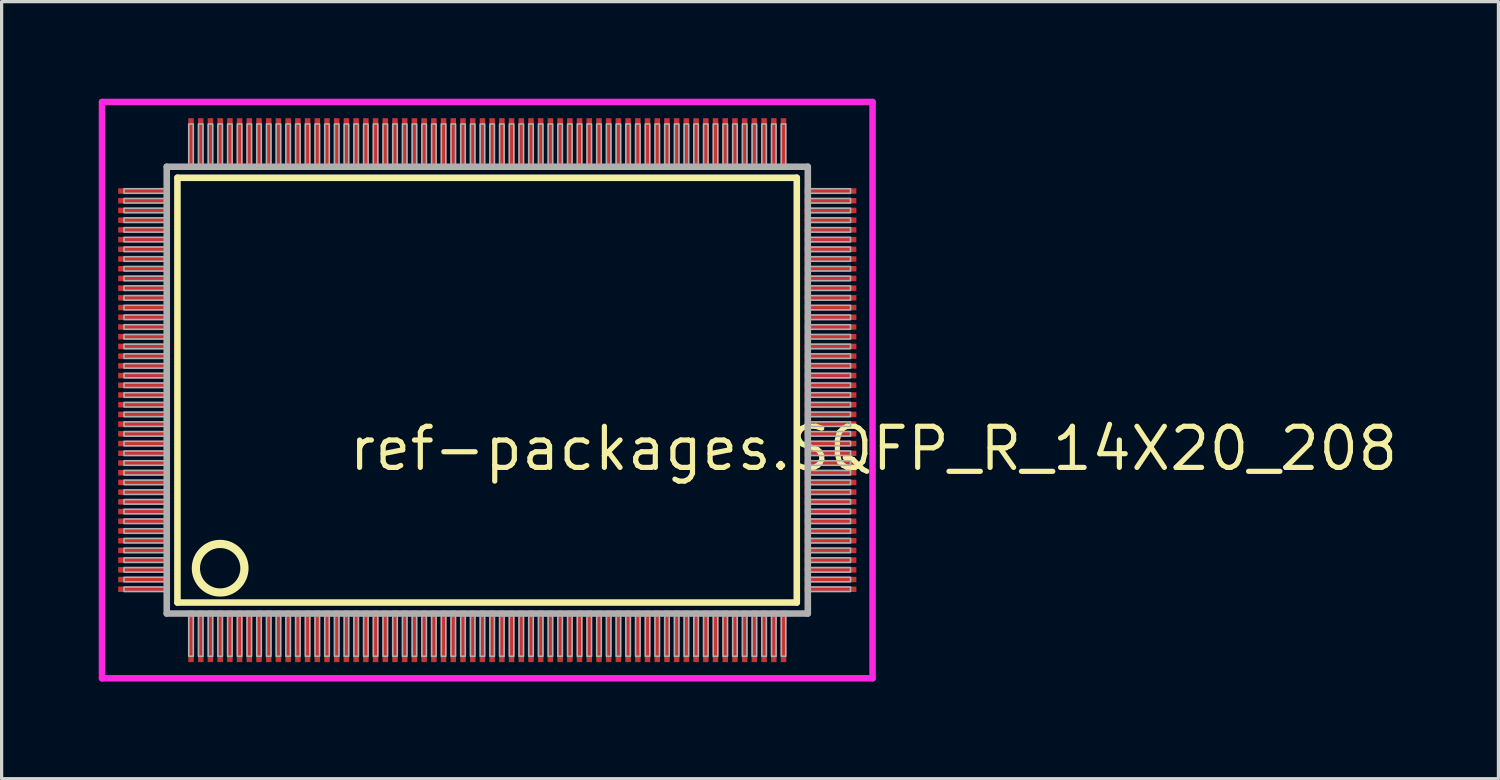
<source format=kicad_pcb>
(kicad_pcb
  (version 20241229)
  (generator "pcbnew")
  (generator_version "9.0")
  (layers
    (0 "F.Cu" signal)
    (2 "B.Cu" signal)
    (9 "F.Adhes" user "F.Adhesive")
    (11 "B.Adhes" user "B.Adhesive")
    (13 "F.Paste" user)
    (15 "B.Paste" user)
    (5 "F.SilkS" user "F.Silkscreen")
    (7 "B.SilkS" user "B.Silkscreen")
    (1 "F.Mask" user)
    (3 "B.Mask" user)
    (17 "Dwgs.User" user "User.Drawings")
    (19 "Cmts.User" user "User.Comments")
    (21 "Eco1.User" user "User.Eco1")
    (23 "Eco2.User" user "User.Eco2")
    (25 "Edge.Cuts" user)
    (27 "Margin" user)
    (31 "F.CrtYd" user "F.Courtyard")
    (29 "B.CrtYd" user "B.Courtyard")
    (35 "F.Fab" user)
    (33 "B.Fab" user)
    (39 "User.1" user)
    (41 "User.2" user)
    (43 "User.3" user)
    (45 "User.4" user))
  (footprint "ref-packages.SQFP_R_14X20_208"
    (layer "F.Cu")
    (at 12 9)
    (property "Reference" "ref-packages.SQFP_R_14X20_208" (at -4.35 2.55 0) (layer "F.SilkS") (effects (font (size 1.27 1.27) (thickness 0.16)) (justify left bottom)))
    (attr smd)
    (fp_line (start -9.57 -6.56) (end 9.56 -6.56) (stroke (width 0.203) (type default)) (layer "F.SilkS"))
    (fp_line (start -9.57 6.56) (end -9.57 -6.56) (stroke (width 0.203) (type default)) (layer "F.SilkS"))
    (fp_line (start 9.56 -6.56) (end 9.56 6.56) (stroke (width 0.203) (type default)) (layer "F.SilkS"))
    (fp_line (start 9.56 6.56) (end -9.57 6.56) (stroke (width 0.203) (type default)) (layer "F.SilkS"))
    (fp_circle (center -8.25 5.5) (end -7.5 5.5) (stroke (width 0.254) (type default)) (fill no) (layer "F.SilkS"))
    (fp_line (start -11.9 -8.9) (end 11.9 -8.9) (stroke (width 0.2) (type default)) (layer "F.CrtYd"))
    (fp_line (start -11.9 8.9) (end -11.9 -8.9) (stroke (width 0.2) (type default)) (layer "F.CrtYd"))
    (fp_line (start 11.9 -8.9) (end 11.9 8.9) (stroke (width 0.2) (type default)) (layer "F.CrtYd"))
    (fp_line (start 11.9 8.9) (end -11.9 8.9) (stroke (width 0.2) (type default)) (layer "F.CrtYd"))
    (fp_line (start -9.9 -6.9) (end -9.9 6.9) (stroke (width 0.203) (type default)) (layer "F.Fab"))
    (fp_line (start -9.9 6.9) (end 9.9 6.9) (stroke (width 0.203) (type default)) (layer "F.Fab"))
    (fp_line (start 9.9 -6.9) (end -9.9 -6.9) (stroke (width 0.203) (type default)) (layer "F.Fab"))
    (fp_line (start 9.9 6.9) (end 9.9 -6.9) (stroke (width 0.203) (type default)) (layer "F.Fab"))
    (fp_rect (start -11.22 -6.08) (end -9.95 -6.22) (stroke (width 0.05) (type default)) (fill no) (layer "F.Fab"))
    (fp_rect (start -11.22 -5.78) (end -9.95 -5.92) (stroke (width 0.05) (type default)) (fill no) (layer "F.Fab"))
    (fp_rect (start -11.22 -5.48) (end -9.95 -5.62) (stroke (width 0.05) (type default)) (fill no) (layer "F.Fab"))
    (fp_rect (start -11.22 -5.18) (end -9.95 -5.32) (stroke (width 0.05) (type default)) (fill no) (layer "F.Fab"))
    (fp_rect (start -11.22 -4.88) (end -9.95 -5.02) (stroke (width 0.05) (type default)) (fill no) (layer "F.Fab"))
    (fp_rect (start -11.22 -4.58) (end -9.95 -4.72) (stroke (width 0.05) (type default)) (fill no) (layer "F.Fab"))
    (fp_rect (start -11.22 -4.28) (end -9.95 -4.42) (stroke (width 0.05) (type default)) (fill no) (layer "F.Fab"))
    (fp_rect (start -11.22 -3.98) (end -9.95 -4.12) (stroke (width 0.05) (type default)) (fill no) (layer "F.Fab"))
    (fp_rect (start -11.22 -3.68) (end -9.95 -3.82) (stroke (width 0.05) (type default)) (fill no) (layer "F.Fab"))
    (fp_rect (start -11.22 -3.38) (end -9.95 -3.52) (stroke (width 0.05) (type default)) (fill no) (layer "F.Fab"))
    (fp_rect (start -11.22 -3.08) (end -9.95 -3.22) (stroke (width 0.05) (type default)) (fill no) (layer "F.Fab"))
    (fp_rect (start -11.22 -2.78) (end -9.95 -2.92) (stroke (width 0.05) (type default)) (fill no) (layer "F.Fab"))
    (fp_rect (start -11.22 -2.48) (end -9.95 -2.62) (stroke (width 0.05) (type default)) (fill no) (layer "F.Fab"))
    (fp_rect (start -11.22 -2.18) (end -9.95 -2.32) (stroke (width 0.05) (type default)) (fill no) (layer "F.Fab"))
    (fp_rect (start -11.22 -1.88) (end -9.95 -2.02) (stroke (width 0.05) (type default)) (fill no) (layer "F.Fab"))
    (fp_rect (start -11.22 -1.58) (end -9.95 -1.72) (stroke (width 0.05) (type default)) (fill no) (layer "F.Fab"))
    (fp_rect (start -11.22 -1.28) (end -9.95 -1.42) (stroke (width 0.05) (type default)) (fill no) (layer "F.Fab"))
    (fp_rect (start -11.22 -0.98) (end -9.95 -1.12) (stroke (width 0.05) (type default)) (fill no) (layer "F.Fab"))
    (fp_rect (start -11.22 -0.68) (end -9.95 -0.82) (stroke (width 0.05) (type default)) (fill no) (layer "F.Fab"))
    (fp_rect (start -11.22 -0.38) (end -9.95 -0.52) (stroke (width 0.05) (type default)) (fill no) (layer "F.Fab"))
    (fp_rect (start -11.22 -0.08) (end -9.95 -0.22) (stroke (width 0.05) (type default)) (fill no) (layer "F.Fab"))
    (fp_rect (start -11.22 0.22) (end -9.95 0.08) (stroke (width 0.05) (type default)) (fill no) (layer "F.Fab"))
    (fp_rect (start -11.22 0.52) (end -9.95 0.38) (stroke (width 0.05) (type default)) (fill no) (layer "F.Fab"))
    (fp_rect (start -11.22 0.82) (end -9.95 0.68) (stroke (width 0.05) (type default)) (fill no) (layer "F.Fab"))
    (fp_rect (start -11.22 1.12) (end -9.95 0.98) (stroke (width 0.05) (type default)) (fill no) (layer "F.Fab"))
    (fp_rect (start -11.22 1.42) (end -9.95 1.28) (stroke (width 0.05) (type default)) (fill no) (layer "F.Fab"))
    (fp_rect (start -11.22 1.72) (end -9.95 1.58) (stroke (width 0.05) (type default)) (fill no) (layer "F.Fab"))
    (fp_rect (start -11.22 2.02) (end -9.95 1.88) (stroke (width 0.05) (type default)) (fill no) (layer "F.Fab"))
    (fp_rect (start -11.22 2.32) (end -9.95 2.18) (stroke (width 0.05) (type default)) (fill no) (layer "F.Fab"))
    (fp_rect (start -11.22 2.62) (end -9.95 2.48) (stroke (width 0.05) (type default)) (fill no) (layer "F.Fab"))
    (fp_rect (start -11.22 2.92) (end -9.95 2.78) (stroke (width 0.05) (type default)) (fill no) (layer "F.Fab"))
    (fp_rect (start -11.22 3.22) (end -9.95 3.08) (stroke (width 0.05) (type default)) (fill no) (layer "F.Fab"))
    (fp_rect (start -11.22 3.52) (end -9.95 3.38) (stroke (width 0.05) (type default)) (fill no) (layer "F.Fab"))
    (fp_rect (start -11.22 3.82) (end -9.95 3.68) (stroke (width 0.05) (type default)) (fill no) (layer "F.Fab"))
    (fp_rect (start -11.22 4.12) (end -9.95 3.98) (stroke (width 0.05) (type default)) (fill no) (layer "F.Fab"))
    (fp_rect (start -11.22 4.42) (end -9.95 4.28) (stroke (width 0.05) (type default)) (fill no) (layer "F.Fab"))
    (fp_rect (start -11.22 4.72) (end -9.95 4.58) (stroke (width 0.05) (type default)) (fill no) (layer "F.Fab"))
    (fp_rect (start -11.22 5.02) (end -9.95 4.88) (stroke (width 0.05) (type default)) (fill no) (layer "F.Fab"))
    (fp_rect (start -11.22 5.32) (end -9.95 5.18) (stroke (width 0.05) (type default)) (fill no) (layer "F.Fab"))
    (fp_rect (start -11.22 5.62) (end -9.95 5.48) (stroke (width 0.05) (type default)) (fill no) (layer "F.Fab"))
    (fp_rect (start -11.22 5.92) (end -9.95 5.78) (stroke (width 0.05) (type default)) (fill no) (layer "F.Fab"))
    (fp_rect (start -11.22 6.22) (end -9.95 6.08) (stroke (width 0.05) (type default)) (fill no) (layer "F.Fab"))
    (fp_rect (start -9.22 -6.95) (end -9.08 -8.22) (stroke (width 0.05) (type default)) (fill no) (layer "F.Fab"))
    (fp_rect (start -9.22 8.22) (end -9.08 6.95) (stroke (width 0.05) (type default)) (fill no) (layer "F.Fab"))
    (fp_rect (start -8.92 -6.95) (end -8.78 -8.22) (stroke (width 0.05) (type default)) (fill no) (layer "F.Fab"))
    (fp_rect (start -8.92 8.22) (end -8.78 6.95) (stroke (width 0.05) (type default)) (fill no) (layer "F.Fab"))
    (fp_rect (start -8.62 -6.95) (end -8.48 -8.22) (stroke (width 0.05) (type default)) (fill no) (layer "F.Fab"))
    (fp_rect (start -8.62 8.22) (end -8.48 6.95) (stroke (width 0.05) (type default)) (fill no) (layer "F.Fab"))
    (fp_rect (start -8.32 -6.95) (end -8.18 -8.22) (stroke (width 0.05) (type default)) (fill no) (layer "F.Fab"))
    (fp_rect (start -8.32 8.22) (end -8.18 6.95) (stroke (width 0.05) (type default)) (fill no) (layer "F.Fab"))
    (fp_rect (start -8.02 -6.95) (end -7.88 -8.22) (stroke (width 0.05) (type default)) (fill no) (layer "F.Fab"))
    (fp_rect (start -8.02 8.22) (end -7.88 6.95) (stroke (width 0.05) (type default)) (fill no) (layer "F.Fab"))
    (fp_rect (start -7.72 -6.95) (end -7.58 -8.22) (stroke (width 0.05) (type default)) (fill no) (layer "F.Fab"))
    (fp_rect (start -7.72 8.22) (end -7.58 6.95) (stroke (width 0.05) (type default)) (fill no) (layer "F.Fab"))
    (fp_rect (start -7.42 -6.95) (end -7.28 -8.22) (stroke (width 0.05) (type default)) (fill no) (layer "F.Fab"))
    (fp_rect (start -7.42 8.22) (end -7.28 6.95) (stroke (width 0.05) (type default)) (fill no) (layer "F.Fab"))
    (fp_rect (start -7.12 -6.95) (end -6.98 -8.22) (stroke (width 0.05) (type default)) (fill no) (layer "F.Fab"))
    (fp_rect (start -7.12 8.22) (end -6.98 6.95) (stroke (width 0.05) (type default)) (fill no) (layer "F.Fab"))
    (fp_rect (start -6.82 -6.95) (end -6.68 -8.22) (stroke (width 0.05) (type default)) (fill no) (layer "F.Fab"))
    (fp_rect (start -6.82 8.22) (end -6.68 6.95) (stroke (width 0.05) (type default)) (fill no) (layer "F.Fab"))
    (fp_rect (start -6.52 -6.95) (end -6.38 -8.22) (stroke (width 0.05) (type default)) (fill no) (layer "F.Fab"))
    (fp_rect (start -6.52 8.22) (end -6.38 6.95) (stroke (width 0.05) (type default)) (fill no) (layer "F.Fab"))
    (fp_rect (start -6.22 -6.95) (end -6.08 -8.22) (stroke (width 0.05) (type default)) (fill no) (layer "F.Fab"))
    (fp_rect (start -6.22 8.22) (end -6.08 6.95) (stroke (width 0.05) (type default)) (fill no) (layer "F.Fab"))
    (fp_rect (start -5.92 -6.95) (end -5.78 -8.22) (stroke (width 0.05) (type default)) (fill no) (layer "F.Fab"))
    (fp_rect (start -5.92 8.22) (end -5.78 6.95) (stroke (width 0.05) (type default)) (fill no) (layer "F.Fab"))
    (fp_rect (start -5.62 -6.95) (end -5.48 -8.22) (stroke (width 0.05) (type default)) (fill no) (layer "F.Fab"))
    (fp_rect (start -5.62 8.22) (end -5.48 6.95) (stroke (width 0.05) (type default)) (fill no) (layer "F.Fab"))
    (fp_rect (start -5.32 -6.95) (end -5.18 -8.22) (stroke (width 0.05) (type default)) (fill no) (layer "F.Fab"))
    (fp_rect (start -5.32 8.22) (end -5.18 6.95) (stroke (width 0.05) (type default)) (fill no) (layer "F.Fab"))
    (fp_rect (start -5.02 -6.95) (end -4.88 -8.22) (stroke (width 0.05) (type default)) (fill no) (layer "F.Fab"))
    (fp_rect (start -5.02 8.22) (end -4.88 6.95) (stroke (width 0.05) (type default)) (fill no) (layer "F.Fab"))
    (fp_rect (start -4.72 -6.95) (end -4.58 -8.22) (stroke (width 0.05) (type default)) (fill no) (layer "F.Fab"))
    (fp_rect (start -4.72 8.22) (end -4.58 6.95) (stroke (width 0.05) (type default)) (fill no) (layer "F.Fab"))
    (fp_rect (start -4.42 -6.95) (end -4.28 -8.22) (stroke (width 0.05) (type default)) (fill no) (layer "F.Fab"))
    (fp_rect (start -4.42 8.22) (end -4.28 6.95) (stroke (width 0.05) (type default)) (fill no) (layer "F.Fab"))
    (fp_rect (start -4.12 -6.95) (end -3.98 -8.22) (stroke (width 0.05) (type default)) (fill no) (layer "F.Fab"))
    (fp_rect (start -4.12 8.22) (end -3.98 6.95) (stroke (width 0.05) (type default)) (fill no) (layer "F.Fab"))
    (fp_rect (start -3.82 -6.95) (end -3.68 -8.22) (stroke (width 0.05) (type default)) (fill no) (layer "F.Fab"))
    (fp_rect (start -3.82 8.22) (end -3.68 6.95) (stroke (width 0.05) (type default)) (fill no) (layer "F.Fab"))
    (fp_rect (start -3.52 -6.95) (end -3.38 -8.22) (stroke (width 0.05) (type default)) (fill no) (layer "F.Fab"))
    (fp_rect (start -3.52 8.22) (end -3.38 6.95) (stroke (width 0.05) (type default)) (fill no) (layer "F.Fab"))
    (fp_rect (start -3.22 -6.95) (end -3.08 -8.22) (stroke (width 0.05) (type default)) (fill no) (layer "F.Fab"))
    (fp_rect (start -3.22 8.22) (end -3.08 6.95) (stroke (width 0.05) (type default)) (fill no) (layer "F.Fab"))
    (fp_rect (start -2.92 -6.95) (end -2.78 -8.22) (stroke (width 0.05) (type default)) (fill no) (layer "F.Fab"))
    (fp_rect (start -2.92 8.22) (end -2.78 6.95) (stroke (width 0.05) (type default)) (fill no) (layer "F.Fab"))
    (fp_rect (start -2.62 -6.95) (end -2.48 -8.22) (stroke (width 0.05) (type default)) (fill no) (layer "F.Fab"))
    (fp_rect (start -2.62 8.22) (end -2.48 6.95) (stroke (width 0.05) (type default)) (fill no) (layer "F.Fab"))
    (fp_rect (start -2.32 -6.95) (end -2.18 -8.22) (stroke (width 0.05) (type default)) (fill no) (layer "F.Fab"))
    (fp_rect (start -2.32 8.22) (end -2.18 6.95) (stroke (width 0.05) (type default)) (fill no) (layer "F.Fab"))
    (fp_rect (start -2.02 -6.95) (end -1.88 -8.22) (stroke (width 0.05) (type default)) (fill no) (layer "F.Fab"))
    (fp_rect (start -2.02 8.22) (end -1.88 6.95) (stroke (width 0.05) (type default)) (fill no) (layer "F.Fab"))
    (fp_rect (start -1.72 -6.95) (end -1.58 -8.22) (stroke (width 0.05) (type default)) (fill no) (layer "F.Fab"))
    (fp_rect (start -1.72 8.22) (end -1.58 6.95) (stroke (width 0.05) (type default)) (fill no) (layer "F.Fab"))
    (fp_rect (start -1.42 -6.95) (end -1.28 -8.22) (stroke (width 0.05) (type default)) (fill no) (layer "F.Fab"))
    (fp_rect (start -1.42 8.22) (end -1.28 6.95) (stroke (width 0.05) (type default)) (fill no) (layer "F.Fab"))
    (fp_rect (start -1.12 -6.95) (end -0.98 -8.22) (stroke (width 0.05) (type default)) (fill no) (layer "F.Fab"))
    (fp_rect (start -1.12 8.22) (end -0.98 6.95) (stroke (width 0.05) (type default)) (fill no) (layer "F.Fab"))
    (fp_rect (start -0.82 -6.95) (end -0.68 -8.22) (stroke (width 0.05) (type default)) (fill no) (layer "F.Fab"))
    (fp_rect (start -0.82 8.22) (end -0.68 6.95) (stroke (width 0.05) (type default)) (fill no) (layer "F.Fab"))
    (fp_rect (start -0.52 -6.95) (end -0.38 -8.22) (stroke (width 0.05) (type default)) (fill no) (layer "F.Fab"))
    (fp_rect (start -0.52 8.22) (end -0.38 6.95) (stroke (width 0.05) (type default)) (fill no) (layer "F.Fab"))
    (fp_rect (start -0.22 -6.95) (end -0.08 -8.22) (stroke (width 0.05) (type default)) (fill no) (layer "F.Fab"))
    (fp_rect (start -0.22 8.22) (end -0.08 6.95) (stroke (width 0.05) (type default)) (fill no) (layer "F.Fab"))
    (fp_rect (start 0.08 -6.95) (end 0.22 -8.22) (stroke (width 0.05) (type default)) (fill no) (layer "F.Fab"))
    (fp_rect (start 0.08 8.22) (end 0.22 6.95) (stroke (width 0.05) (type default)) (fill no) (layer "F.Fab"))
    (fp_rect (start 0.38 -6.95) (end 0.52 -8.22) (stroke (width 0.05) (type default)) (fill no) (layer "F.Fab"))
    (fp_rect (start 0.38 8.22) (end 0.52 6.95) (stroke (width 0.05) (type default)) (fill no) (layer "F.Fab"))
    (fp_rect (start 0.68 -6.95) (end 0.82 -8.22) (stroke (width 0.05) (type default)) (fill no) (layer "F.Fab"))
    (fp_rect (start 0.68 8.22) (end 0.82 6.95) (stroke (width 0.05) (type default)) (fill no) (layer "F.Fab"))
    (fp_rect (start 0.98 -6.95) (end 1.12 -8.22) (stroke (width 0.05) (type default)) (fill no) (layer "F.Fab"))
    (fp_rect (start 0.98 8.22) (end 1.12 6.95) (stroke (width 0.05) (type default)) (fill no) (layer "F.Fab"))
    (fp_rect (start 1.28 -6.95) (end 1.42 -8.22) (stroke (width 0.05) (type default)) (fill no) (layer "F.Fab"))
    (fp_rect (start 1.28 8.22) (end 1.42 6.95) (stroke (width 0.05) (type default)) (fill no) (layer "F.Fab"))
    (fp_rect (start 1.58 -6.95) (end 1.72 -8.22) (stroke (width 0.05) (type default)) (fill no) (layer "F.Fab"))
    (fp_rect (start 1.58 8.22) (end 1.72 6.95) (stroke (width 0.05) (type default)) (fill no) (layer "F.Fab"))
    (fp_rect (start 1.88 -6.95) (end 2.02 -8.22) (stroke (width 0.05) (type default)) (fill no) (layer "F.Fab"))
    (fp_rect (start 1.88 8.22) (end 2.02 6.95) (stroke (width 0.05) (type default)) (fill no) (layer "F.Fab"))
    (fp_rect (start 2.18 -6.95) (end 2.32 -8.22) (stroke (width 0.05) (type default)) (fill no) (layer "F.Fab"))
    (fp_rect (start 2.18 8.22) (end 2.32 6.95) (stroke (width 0.05) (type default)) (fill no) (layer "F.Fab"))
    (fp_rect (start 2.48 -6.95) (end 2.62 -8.22) (stroke (width 0.05) (type default)) (fill no) (layer "F.Fab"))
    (fp_rect (start 2.48 8.22) (end 2.62 6.95) (stroke (width 0.05) (type default)) (fill no) (layer "F.Fab"))
    (fp_rect (start 2.78 -6.95) (end 2.92 -8.22) (stroke (width 0.05) (type default)) (fill no) (layer "F.Fab"))
    (fp_rect (start 2.78 8.22) (end 2.92 6.95) (stroke (width 0.05) (type default)) (fill no) (layer "F.Fab"))
    (fp_rect (start 3.08 -6.95) (end 3.22 -8.22) (stroke (width 0.05) (type default)) (fill no) (layer "F.Fab"))
    (fp_rect (start 3.08 8.22) (end 3.22 6.95) (stroke (width 0.05) (type default)) (fill no) (layer "F.Fab"))
    (fp_rect (start 3.38 -6.95) (end 3.52 -8.22) (stroke (width 0.05) (type default)) (fill no) (layer "F.Fab"))
    (fp_rect (start 3.38 8.22) (end 3.52 6.95) (stroke (width 0.05) (type default)) (fill no) (layer "F.Fab"))
    (fp_rect (start 3.68 -6.95) (end 3.82 -8.22) (stroke (width 0.05) (type default)) (fill no) (layer "F.Fab"))
    (fp_rect (start 3.68 8.22) (end 3.82 6.95) (stroke (width 0.05) (type default)) (fill no) (layer "F.Fab"))
    (fp_rect (start 3.98 -6.95) (end 4.12 -8.22) (stroke (width 0.05) (type default)) (fill no) (layer "F.Fab"))
    (fp_rect (start 3.98 8.22) (end 4.12 6.95) (stroke (width 0.05) (type default)) (fill no) (layer "F.Fab"))
    (fp_rect (start 4.28 -6.95) (end 4.42 -8.22) (stroke (width 0.05) (type default)) (fill no) (layer "F.Fab"))
    (fp_rect (start 4.28 8.22) (end 4.42 6.95) (stroke (width 0.05) (type default)) (fill no) (layer "F.Fab"))
    (fp_rect (start 4.58 -6.95) (end 4.72 -8.22) (stroke (width 0.05) (type default)) (fill no) (layer "F.Fab"))
    (fp_rect (start 4.58 8.22) (end 4.72 6.95) (stroke (width 0.05) (type default)) (fill no) (layer "F.Fab"))
    (fp_rect (start 4.88 -6.95) (end 5.02 -8.22) (stroke (width 0.05) (type default)) (fill no) (layer "F.Fab"))
    (fp_rect (start 4.88 8.22) (end 5.02 6.95) (stroke (width 0.05) (type default)) (fill no) (layer "F.Fab"))
    (fp_rect (start 5.18 -6.95) (end 5.32 -8.22) (stroke (width 0.05) (type default)) (fill no) (layer "F.Fab"))
    (fp_rect (start 5.18 8.22) (end 5.32 6.95) (stroke (width 0.05) (type default)) (fill no) (layer "F.Fab"))
    (fp_rect (start 5.48 -6.95) (end 5.62 -8.22) (stroke (width 0.05) (type default)) (fill no) (layer "F.Fab"))
    (fp_rect (start 5.48 8.22) (end 5.62 6.95) (stroke (width 0.05) (type default)) (fill no) (layer "F.Fab"))
    (fp_rect (start 5.78 -6.95) (end 5.92 -8.22) (stroke (width 0.05) (type default)) (fill no) (layer "F.Fab"))
    (fp_rect (start 5.78 8.22) (end 5.92 6.95) (stroke (width 0.05) (type default)) (fill no) (layer "F.Fab"))
    (fp_rect (start 6.08 -6.95) (end 6.22 -8.22) (stroke (width 0.05) (type default)) (fill no) (layer "F.Fab"))
    (fp_rect (start 6.08 8.22) (end 6.22 6.95) (stroke (width 0.05) (type default)) (fill no) (layer "F.Fab"))
    (fp_rect (start 6.38 -6.95) (end 6.52 -8.22) (stroke (width 0.05) (type default)) (fill no) (layer "F.Fab"))
    (fp_rect (start 6.38 8.22) (end 6.52 6.95) (stroke (width 0.05) (type default)) (fill no) (layer "F.Fab"))
    (fp_rect (start 6.68 -6.95) (end 6.82 -8.22) (stroke (width 0.05) (type default)) (fill no) (layer "F.Fab"))
    (fp_rect (start 6.68 8.22) (end 6.82 6.95) (stroke (width 0.05) (type default)) (fill no) (layer "F.Fab"))
    (fp_rect (start 6.98 -6.95) (end 7.12 -8.22) (stroke (width 0.05) (type default)) (fill no) (layer "F.Fab"))
    (fp_rect (start 6.98 8.22) (end 7.12 6.95) (stroke (width 0.05) (type default)) (fill no) (layer "F.Fab"))
    (fp_rect (start 7.28 -6.95) (end 7.42 -8.22) (stroke (width 0.05) (type default)) (fill no) (layer "F.Fab"))
    (fp_rect (start 7.28 8.22) (end 7.42 6.95) (stroke (width 0.05) (type default)) (fill no) (layer "F.Fab"))
    (fp_rect (start 7.58 -6.95) (end 7.72 -8.22) (stroke (width 0.05) (type default)) (fill no) (layer "F.Fab"))
    (fp_rect (start 7.58 8.22) (end 7.72 6.95) (stroke (width 0.05) (type default)) (fill no) (layer "F.Fab"))
    (fp_rect (start 7.88 -6.95) (end 8.02 -8.22) (stroke (width 0.05) (type default)) (fill no) (layer "F.Fab"))
    (fp_rect (start 7.88 8.22) (end 8.02 6.95) (stroke (width 0.05) (type default)) (fill no) (layer "F.Fab"))
    (fp_rect (start 8.18 -6.95) (end 8.32 -8.22) (stroke (width 0.05) (type default)) (fill no) (layer "F.Fab"))
    (fp_rect (start 8.18 8.22) (end 8.32 6.95) (stroke (width 0.05) (type default)) (fill no) (layer "F.Fab"))
    (fp_rect (start 8.48 -6.95) (end 8.62 -8.22) (stroke (width 0.05) (type default)) (fill no) (layer "F.Fab"))
    (fp_rect (start 8.48 8.22) (end 8.62 6.95) (stroke (width 0.05) (type default)) (fill no) (layer "F.Fab"))
    (fp_rect (start 8.78 -6.95) (end 8.92 -8.22) (stroke (width 0.05) (type default)) (fill no) (layer "F.Fab"))
    (fp_rect (start 8.78 8.22) (end 8.92 6.95) (stroke (width 0.05) (type default)) (fill no) (layer "F.Fab"))
    (fp_rect (start 9.08 -6.95) (end 9.22 -8.22) (stroke (width 0.05) (type default)) (fill no) (layer "F.Fab"))
    (fp_rect (start 9.08 8.22) (end 9.22 6.95) (stroke (width 0.05) (type default)) (fill no) (layer "F.Fab"))
    (fp_rect (start 9.95 -6.08) (end 11.22 -6.22) (stroke (width 0.05) (type default)) (fill no) (layer "F.Fab"))
    (fp_rect (start 9.95 -5.78) (end 11.22 -5.92) (stroke (width 0.05) (type default)) (fill no) (layer "F.Fab"))
    (fp_rect (start 9.95 -5.48) (end 11.22 -5.62) (stroke (width 0.05) (type default)) (fill no) (layer "F.Fab"))
    (fp_rect (start 9.95 -5.18) (end 11.22 -5.32) (stroke (width 0.05) (type default)) (fill no) (layer "F.Fab"))
    (fp_rect (start 9.95 -4.88) (end 11.22 -5.02) (stroke (width 0.05) (type default)) (fill no) (layer "F.Fab"))
    (fp_rect (start 9.95 -4.58) (end 11.22 -4.72) (stroke (width 0.05) (type default)) (fill no) (layer "F.Fab"))
    (fp_rect (start 9.95 -4.28) (end 11.22 -4.42) (stroke (width 0.05) (type default)) (fill no) (layer "F.Fab"))
    (fp_rect (start 9.95 -3.98) (end 11.22 -4.12) (stroke (width 0.05) (type default)) (fill no) (layer "F.Fab"))
    (fp_rect (start 9.95 -3.68) (end 11.22 -3.82) (stroke (width 0.05) (type default)) (fill no) (layer "F.Fab"))
    (fp_rect (start 9.95 -3.38) (end 11.22 -3.52) (stroke (width 0.05) (type default)) (fill no) (layer "F.Fab"))
    (fp_rect (start 9.95 -3.08) (end 11.22 -3.22) (stroke (width 0.05) (type default)) (fill no) (layer "F.Fab"))
    (fp_rect (start 9.95 -2.78) (end 11.22 -2.92) (stroke (width 0.05) (type default)) (fill no) (layer "F.Fab"))
    (fp_rect (start 9.95 -2.48) (end 11.22 -2.62) (stroke (width 0.05) (type default)) (fill no) (layer "F.Fab"))
    (fp_rect (start 9.95 -2.18) (end 11.22 -2.32) (stroke (width 0.05) (type default)) (fill no) (layer "F.Fab"))
    (fp_rect (start 9.95 -1.88) (end 11.22 -2.02) (stroke (width 0.05) (type default)) (fill no) (layer "F.Fab"))
    (fp_rect (start 9.95 -1.58) (end 11.22 -1.72) (stroke (width 0.05) (type default)) (fill no) (layer "F.Fab"))
    (fp_rect (start 9.95 -1.28) (end 11.22 -1.42) (stroke (width 0.05) (type default)) (fill no) (layer "F.Fab"))
    (fp_rect (start 9.95 -0.98) (end 11.22 -1.12) (stroke (width 0.05) (type default)) (fill no) (layer "F.Fab"))
    (fp_rect (start 9.95 -0.68) (end 11.22 -0.82) (stroke (width 0.05) (type default)) (fill no) (layer "F.Fab"))
    (fp_rect (start 9.95 -0.38) (end 11.22 -0.52) (stroke (width 0.05) (type default)) (fill no) (layer "F.Fab"))
    (fp_rect (start 9.95 -0.08) (end 11.22 -0.22) (stroke (width 0.05) (type default)) (fill no) (layer "F.Fab"))
    (fp_rect (start 9.95 0.22) (end 11.22 0.08) (stroke (width 0.05) (type default)) (fill no) (layer "F.Fab"))
    (fp_rect (start 9.95 0.52) (end 11.22 0.38) (stroke (width 0.05) (type default)) (fill no) (layer "F.Fab"))
    (fp_rect (start 9.95 0.82) (end 11.22 0.68) (stroke (width 0.05) (type default)) (fill no) (layer "F.Fab"))
    (fp_rect (start 9.95 1.12) (end 11.22 0.98) (stroke (width 0.05) (type default)) (fill no) (layer "F.Fab"))
    (fp_rect (start 9.95 1.42) (end 11.22 1.28) (stroke (width 0.05) (type default)) (fill no) (layer "F.Fab"))
    (fp_rect (start 9.95 1.72) (end 11.22 1.58) (stroke (width 0.05) (type default)) (fill no) (layer "F.Fab"))
    (fp_rect (start 9.95 2.02) (end 11.22 1.88) (stroke (width 0.05) (type default)) (fill no) (layer "F.Fab"))
    (fp_rect (start 9.95 2.32) (end 11.22 2.18) (stroke (width 0.05) (type default)) (fill no) (layer "F.Fab"))
    (fp_rect (start 9.95 2.62) (end 11.22 2.48) (stroke (width 0.05) (type default)) (fill no) (layer "F.Fab"))
    (fp_rect (start 9.95 2.92) (end 11.22 2.78) (stroke (width 0.05) (type default)) (fill no) (layer "F.Fab"))
    (fp_rect (start 9.95 3.22) (end 11.22 3.08) (stroke (width 0.05) (type default)) (fill no) (layer "F.Fab"))
    (fp_rect (start 9.95 3.52) (end 11.22 3.38) (stroke (width 0.05) (type default)) (fill no) (layer "F.Fab"))
    (fp_rect (start 9.95 3.82) (end 11.22 3.68) (stroke (width 0.05) (type default)) (fill no) (layer "F.Fab"))
    (fp_rect (start 9.95 4.12) (end 11.22 3.98) (stroke (width 0.05) (type default)) (fill no) (layer "F.Fab"))
    (fp_rect (start 9.95 4.42) (end 11.22 4.28) (stroke (width 0.05) (type default)) (fill no) (layer "F.Fab"))
    (fp_rect (start 9.95 4.72) (end 11.22 4.58) (stroke (width 0.05) (type default)) (fill no) (layer "F.Fab"))
    (fp_rect (start 9.95 5.02) (end 11.22 4.88) (stroke (width 0.05) (type default)) (fill no) (layer "F.Fab"))
    (fp_rect (start 9.95 5.32) (end 11.22 5.18) (stroke (width 0.05) (type default)) (fill no) (layer "F.Fab"))
    (fp_rect (start 9.95 5.62) (end 11.22 5.48) (stroke (width 0.05) (type default)) (fill no) (layer "F.Fab"))
    (fp_rect (start 9.95 5.92) (end 11.22 5.78) (stroke (width 0.05) (type default)) (fill no) (layer "F.Fab"))
    (fp_rect (start 9.95 6.22) (end 11.22 6.08) (stroke (width 0.05) (type default)) (fill no) (layer "F.Fab"))
    (pad "1" smd roundrect (at -9.15 7.6) (size 0.17 1.6) (layers "F.Cu" "F.Mask" "F.Paste") (roundrect_rratio 0.01))
    (pad "2" smd roundrect (at -8.85 7.6) (size 0.17 1.6) (layers "F.Cu" "F.Mask" "F.Paste") (roundrect_rratio 0.01))
    (pad "3" smd roundrect (at -8.55 7.6) (size 0.17 1.6) (layers "F.Cu" "F.Mask" "F.Paste") (roundrect_rratio 0.01))
    (pad "4" smd roundrect (at -8.25 7.6) (size 0.17 1.6) (layers "F.Cu" "F.Mask" "F.Paste") (roundrect_rratio 0.01))
    (pad "5" smd roundrect (at -7.95 7.6) (size 0.17 1.6) (layers "F.Cu" "F.Mask" "F.Paste") (roundrect_rratio 0.01))
    (pad "6" smd roundrect (at -7.65 7.6) (size 0.17 1.6) (layers "F.Cu" "F.Mask" "F.Paste") (roundrect_rratio 0.01))
    (pad "7" smd roundrect (at -7.35 7.6) (size 0.17 1.6) (layers "F.Cu" "F.Mask" "F.Paste") (roundrect_rratio 0.01))
    (pad "8" smd roundrect (at -7.05 7.6) (size 0.17 1.6) (layers "F.Cu" "F.Mask" "F.Paste") (roundrect_rratio 0.01))
    (pad "9" smd roundrect (at -6.75 7.6) (size 0.17 1.6) (layers "F.Cu" "F.Mask" "F.Paste") (roundrect_rratio 0.01))
    (pad "10" smd roundrect (at -6.45 7.6) (size 0.17 1.6) (layers "F.Cu" "F.Mask" "F.Paste") (roundrect_rratio 0.01))
    (pad "11" smd roundrect (at -6.15 7.6) (size 0.17 1.6) (layers "F.Cu" "F.Mask" "F.Paste") (roundrect_rratio 0.01))
    (pad "12" smd roundrect (at -5.85 7.6) (size 0.17 1.6) (layers "F.Cu" "F.Mask" "F.Paste") (roundrect_rratio 0.01))
    (pad "13" smd roundrect (at -5.55 7.6) (size 0.17 1.6) (layers "F.Cu" "F.Mask" "F.Paste") (roundrect_rratio 0.01))
    (pad "14" smd roundrect (at -5.25 7.6) (size 0.17 1.6) (layers "F.Cu" "F.Mask" "F.Paste") (roundrect_rratio 0.01))
    (pad "15" smd roundrect (at -4.95 7.6) (size 0.17 1.6) (layers "F.Cu" "F.Mask" "F.Paste") (roundrect_rratio 0.01))
    (pad "16" smd roundrect (at -4.65 7.6) (size 0.17 1.6) (layers "F.Cu" "F.Mask" "F.Paste") (roundrect_rratio 0.01))
    (pad "17" smd roundrect (at -4.35 7.6) (size 0.17 1.6) (layers "F.Cu" "F.Mask" "F.Paste") (roundrect_rratio 0.01))
    (pad "18" smd roundrect (at -4.05 7.6) (size 0.17 1.6) (layers "F.Cu" "F.Mask" "F.Paste") (roundrect_rratio 0.01))
    (pad "19" smd roundrect (at -3.75 7.6) (size 0.17 1.6) (layers "F.Cu" "F.Mask" "F.Paste") (roundrect_rratio 0.01))
    (pad "20" smd roundrect (at -3.45 7.6) (size 0.17 1.6) (layers "F.Cu" "F.Mask" "F.Paste") (roundrect_rratio 0.01))
    (pad "21" smd roundrect (at -3.15 7.6) (size 0.17 1.6) (layers "F.Cu" "F.Mask" "F.Paste") (roundrect_rratio 0.01))
    (pad "22" smd roundrect (at -2.85 7.6) (size 0.17 1.6) (layers "F.Cu" "F.Mask" "F.Paste") (roundrect_rratio 0.01))
    (pad "23" smd roundrect (at -2.55 7.6) (size 0.17 1.6) (layers "F.Cu" "F.Mask" "F.Paste") (roundrect_rratio 0.01))
    (pad "24" smd roundrect (at -2.25 7.6) (size 0.17 1.6) (layers "F.Cu" "F.Mask" "F.Paste") (roundrect_rratio 0.01))
    (pad "25" smd roundrect (at -1.95 7.6) (size 0.17 1.6) (layers "F.Cu" "F.Mask" "F.Paste") (roundrect_rratio 0.01))
    (pad "26" smd roundrect (at -1.65 7.6) (size 0.17 1.6) (layers "F.Cu" "F.Mask" "F.Paste") (roundrect_rratio 0.01))
    (pad "27" smd roundrect (at -1.35 7.6) (size 0.17 1.6) (layers "F.Cu" "F.Mask" "F.Paste") (roundrect_rratio 0.01))
    (pad "28" smd roundrect (at -1.05 7.6) (size 0.17 1.6) (layers "F.Cu" "F.Mask" "F.Paste") (roundrect_rratio 0.01))
    (pad "29" smd roundrect (at -0.75 7.6) (size 0.17 1.6) (layers "F.Cu" "F.Mask" "F.Paste") (roundrect_rratio 0.01))
    (pad "30" smd roundrect (at -0.45 7.6) (size 0.17 1.6) (layers "F.Cu" "F.Mask" "F.Paste") (roundrect_rratio 0.01))
    (pad "31" smd roundrect (at -0.15 7.6) (size 0.17 1.6) (layers "F.Cu" "F.Mask" "F.Paste") (roundrect_rratio 0.01))
    (pad "32" smd roundrect (at 0.15 7.6) (size 0.17 1.6) (layers "F.Cu" "F.Mask" "F.Paste") (roundrect_rratio 0.01))
    (pad "33" smd roundrect (at 0.45 7.6) (size 0.17 1.6) (layers "F.Cu" "F.Mask" "F.Paste") (roundrect_rratio 0.01))
    (pad "34" smd roundrect (at 0.75 7.6) (size 0.17 1.6) (layers "F.Cu" "F.Mask" "F.Paste") (roundrect_rratio 0.01))
    (pad "35" smd roundrect (at 1.05 7.6) (size 0.17 1.6) (layers "F.Cu" "F.Mask" "F.Paste") (roundrect_rratio 0.01))
    (pad "36" smd roundrect (at 1.35 7.6) (size 0.17 1.6) (layers "F.Cu" "F.Mask" "F.Paste") (roundrect_rratio 0.01))
    (pad "37" smd roundrect (at 1.65 7.6) (size 0.17 1.6) (layers "F.Cu" "F.Mask" "F.Paste") (roundrect_rratio 0.01))
    (pad "38" smd roundrect (at 1.95 7.6) (size 0.17 1.6) (layers "F.Cu" "F.Mask" "F.Paste") (roundrect_rratio 0.01))
    (pad "39" smd roundrect (at 2.25 7.6) (size 0.17 1.6) (layers "F.Cu" "F.Mask" "F.Paste") (roundrect_rratio 0.01))
    (pad "40" smd roundrect (at 2.55 7.6) (size 0.17 1.6) (layers "F.Cu" "F.Mask" "F.Paste") (roundrect_rratio 0.01))
    (pad "41" smd roundrect (at 2.85 7.6) (size 0.17 1.6) (layers "F.Cu" "F.Mask" "F.Paste") (roundrect_rratio 0.01))
    (pad "42" smd roundrect (at 3.15 7.6) (size 0.17 1.6) (layers "F.Cu" "F.Mask" "F.Paste") (roundrect_rratio 0.01))
    (pad "43" smd roundrect (at 3.45 7.6) (size 0.17 1.6) (layers "F.Cu" "F.Mask" "F.Paste") (roundrect_rratio 0.01))
    (pad "44" smd roundrect (at 3.75 7.6) (size 0.17 1.6) (layers "F.Cu" "F.Mask" "F.Paste") (roundrect_rratio 0.01))
    (pad "45" smd roundrect (at 4.05 7.6) (size 0.17 1.6) (layers "F.Cu" "F.Mask" "F.Paste") (roundrect_rratio 0.01))
    (pad "46" smd roundrect (at 4.35 7.6) (size 0.17 1.6) (layers "F.Cu" "F.Mask" "F.Paste") (roundrect_rratio 0.01))
    (pad "47" smd roundrect (at 4.65 7.6) (size 0.17 1.6) (layers "F.Cu" "F.Mask" "F.Paste") (roundrect_rratio 0.01))
    (pad "48" smd roundrect (at 4.95 7.6) (size 0.17 1.6) (layers "F.Cu" "F.Mask" "F.Paste") (roundrect_rratio 0.01))
    (pad "49" smd roundrect (at 5.25 7.6) (size 0.17 1.6) (layers "F.Cu" "F.Mask" "F.Paste") (roundrect_rratio 0.01))
    (pad "50" smd roundrect (at 5.55 7.6) (size 0.17 1.6) (layers "F.Cu" "F.Mask" "F.Paste") (roundrect_rratio 0.01))
    (pad "51" smd roundrect (at 5.85 7.6) (size 0.17 1.6) (layers "F.Cu" "F.Mask" "F.Paste") (roundrect_rratio 0.01))
    (pad "52" smd roundrect (at 6.15 7.6) (size 0.17 1.6) (layers "F.Cu" "F.Mask" "F.Paste") (roundrect_rratio 0.01))
    (pad "53" smd roundrect (at 6.45 7.6) (size 0.17 1.6) (layers "F.Cu" "F.Mask" "F.Paste") (roundrect_rratio 0.01))
    (pad "54" smd roundrect (at 6.75 7.6) (size 0.17 1.6) (layers "F.Cu" "F.Mask" "F.Paste") (roundrect_rratio 0.01))
    (pad "55" smd roundrect (at 7.05 7.6) (size 0.17 1.6) (layers "F.Cu" "F.Mask" "F.Paste") (roundrect_rratio 0.01))
    (pad "56" smd roundrect (at 7.35 7.6) (size 0.17 1.6) (layers "F.Cu" "F.Mask" "F.Paste") (roundrect_rratio 0.01))
    (pad "57" smd roundrect (at 7.65 7.6) (size 0.17 1.6) (layers "F.Cu" "F.Mask" "F.Paste") (roundrect_rratio 0.01))
    (pad "58" smd roundrect (at 7.95 7.6) (size 0.17 1.6) (layers "F.Cu" "F.Mask" "F.Paste") (roundrect_rratio 0.01))
    (pad "59" smd roundrect (at 8.25 7.6) (size 0.17 1.6) (layers "F.Cu" "F.Mask" "F.Paste") (roundrect_rratio 0.01))
    (pad "60" smd roundrect (at 8.55 7.6) (size 0.17 1.6) (layers "F.Cu" "F.Mask" "F.Paste") (roundrect_rratio 0.01))
    (pad "61" smd roundrect (at 8.85 7.6) (size 0.17 1.6) (layers "F.Cu" "F.Mask" "F.Paste") (roundrect_rratio 0.01))
    (pad "62" smd roundrect (at 9.15 7.6) (size 0.17 1.6) (layers "F.Cu" "F.Mask" "F.Paste") (roundrect_rratio 0.01))
    (pad "63" smd roundrect (at 10.6 6.15) (size 1.6 0.17) (layers "F.Cu" "F.Mask" "F.Paste") (roundrect_rratio 0.01))
    (pad "64" smd roundrect (at 10.6 5.85) (size 1.6 0.17) (layers "F.Cu" "F.Mask" "F.Paste") (roundrect_rratio 0.01))
    (pad "65" smd roundrect (at 10.6 5.55) (size 1.6 0.17) (layers "F.Cu" "F.Mask" "F.Paste") (roundrect_rratio 0.01))
    (pad "66" smd roundrect (at 10.6 5.25) (size 1.6 0.17) (layers "F.Cu" "F.Mask" "F.Paste") (roundrect_rratio 0.01))
    (pad "67" smd roundrect (at 10.6 4.95) (size 1.6 0.17) (layers "F.Cu" "F.Mask" "F.Paste") (roundrect_rratio 0.01))
    (pad "68" smd roundrect (at 10.6 4.65) (size 1.6 0.17) (layers "F.Cu" "F.Mask" "F.Paste") (roundrect_rratio 0.01))
    (pad "69" smd roundrect (at 10.6 4.35) (size 1.6 0.17) (layers "F.Cu" "F.Mask" "F.Paste") (roundrect_rratio 0.01))
    (pad "70" smd roundrect (at 10.6 4.05) (size 1.6 0.17) (layers "F.Cu" "F.Mask" "F.Paste") (roundrect_rratio 0.01))
    (pad "71" smd roundrect (at 10.6 3.75) (size 1.6 0.17) (layers "F.Cu" "F.Mask" "F.Paste") (roundrect_rratio 0.01))
    (pad "72" smd roundrect (at 10.6 3.45) (size 1.6 0.17) (layers "F.Cu" "F.Mask" "F.Paste") (roundrect_rratio 0.01))
    (pad "73" smd roundrect (at 10.6 3.15) (size 1.6 0.17) (layers "F.Cu" "F.Mask" "F.Paste") (roundrect_rratio 0.01))
    (pad "74" smd roundrect (at 10.6 2.85) (size 1.6 0.17) (layers "F.Cu" "F.Mask" "F.Paste") (roundrect_rratio 0.01))
    (pad "75" smd roundrect (at 10.6 2.55) (size 1.6 0.17) (layers "F.Cu" "F.Mask" "F.Paste") (roundrect_rratio 0.01))
    (pad "76" smd roundrect (at 10.6 2.25) (size 1.6 0.17) (layers "F.Cu" "F.Mask" "F.Paste") (roundrect_rratio 0.01))
    (pad "77" smd roundrect (at 10.6 1.95) (size 1.6 0.17) (layers "F.Cu" "F.Mask" "F.Paste") (roundrect_rratio 0.01))
    (pad "78" smd roundrect (at 10.6 1.65) (size 1.6 0.17) (layers "F.Cu" "F.Mask" "F.Paste") (roundrect_rratio 0.01))
    (pad "79" smd roundrect (at 10.6 1.35) (size 1.6 0.17) (layers "F.Cu" "F.Mask" "F.Paste") (roundrect_rratio 0.01))
    (pad "80" smd roundrect (at 10.6 1.05) (size 1.6 0.17) (layers "F.Cu" "F.Mask" "F.Paste") (roundrect_rratio 0.01))
    (pad "81" smd roundrect (at 10.6 0.75) (size 1.6 0.17) (layers "F.Cu" "F.Mask" "F.Paste") (roundrect_rratio 0.01))
    (pad "82" smd roundrect (at 10.6 0.45) (size 1.6 0.17) (layers "F.Cu" "F.Mask" "F.Paste") (roundrect_rratio 0.01))
    (pad "83" smd roundrect (at 10.6 0.15) (size 1.6 0.17) (layers "F.Cu" "F.Mask" "F.Paste") (roundrect_rratio 0.01))
    (pad "84" smd roundrect (at 10.6 -0.15) (size 1.6 0.17) (layers "F.Cu" "F.Mask" "F.Paste") (roundrect_rratio 0.01))
    (pad "85" smd roundrect (at 10.6 -0.45) (size 1.6 0.17) (layers "F.Cu" "F.Mask" "F.Paste") (roundrect_rratio 0.01))
    (pad "86" smd roundrect (at 10.6 -0.75) (size 1.6 0.17) (layers "F.Cu" "F.Mask" "F.Paste") (roundrect_rratio 0.01))
    (pad "87" smd roundrect (at 10.6 -1.05) (size 1.6 0.17) (layers "F.Cu" "F.Mask" "F.Paste") (roundrect_rratio 0.01))
    (pad "88" smd roundrect (at 10.6 -1.35) (size 1.6 0.17) (layers "F.Cu" "F.Mask" "F.Paste") (roundrect_rratio 0.01))
    (pad "89" smd roundrect (at 10.6 -1.65) (size 1.6 0.17) (layers "F.Cu" "F.Mask" "F.Paste") (roundrect_rratio 0.01))
    (pad "90" smd roundrect (at 10.6 -1.95) (size 1.6 0.17) (layers "F.Cu" "F.Mask" "F.Paste") (roundrect_rratio 0.01))
    (pad "91" smd roundrect (at 10.6 -2.25) (size 1.6 0.17) (layers "F.Cu" "F.Mask" "F.Paste") (roundrect_rratio 0.01))
    (pad "92" smd roundrect (at 10.6 -2.55) (size 1.6 0.17) (layers "F.Cu" "F.Mask" "F.Paste") (roundrect_rratio 0.01))
    (pad "93" smd roundrect (at 10.6 -2.85) (size 1.6 0.17) (layers "F.Cu" "F.Mask" "F.Paste") (roundrect_rratio 0.01))
    (pad "94" smd roundrect (at 10.6 -3.15) (size 1.6 0.17) (layers "F.Cu" "F.Mask" "F.Paste") (roundrect_rratio 0.01))
    (pad "95" smd roundrect (at 10.6 -3.45) (size 1.6 0.17) (layers "F.Cu" "F.Mask" "F.Paste") (roundrect_rratio 0.01))
    (pad "96" smd roundrect (at 10.6 -3.75) (size 1.6 0.17) (layers "F.Cu" "F.Mask" "F.Paste") (roundrect_rratio 0.01))
    (pad "97" smd roundrect (at 10.6 -4.05) (size 1.6 0.17) (layers "F.Cu" "F.Mask" "F.Paste") (roundrect_rratio 0.01))
    (pad "98" smd roundrect (at 10.6 -4.35) (size 1.6 0.17) (layers "F.Cu" "F.Mask" "F.Paste") (roundrect_rratio 0.01))
    (pad "99" smd roundrect (at 10.6 -4.65) (size 1.6 0.17) (layers "F.Cu" "F.Mask" "F.Paste") (roundrect_rratio 0.01))
    (pad "100" smd roundrect (at 10.6 -4.95) (size 1.6 0.17) (layers "F.Cu" "F.Mask" "F.Paste") (roundrect_rratio 0.01))
    (pad "101" smd roundrect (at 10.6 -5.25) (size 1.6 0.17) (layers "F.Cu" "F.Mask" "F.Paste") (roundrect_rratio 0.01))
    (pad "102" smd roundrect (at 10.6 -5.55) (size 1.6 0.17) (layers "F.Cu" "F.Mask" "F.Paste") (roundrect_rratio 0.01))
    (pad "103" smd roundrect (at 10.6 -5.85) (size 1.6 0.17) (layers "F.Cu" "F.Mask" "F.Paste") (roundrect_rratio 0.01))
    (pad "104" smd roundrect (at 10.6 -6.15) (size 1.6 0.17) (layers "F.Cu" "F.Mask" "F.Paste") (roundrect_rratio 0.01))
    (pad "105" smd roundrect (at 9.15 -7.6) (size 0.17 1.6) (layers "F.Cu" "F.Mask" "F.Paste") (roundrect_rratio 0.01))
    (pad "106" smd roundrect (at 8.85 -7.6) (size 0.17 1.6) (layers "F.Cu" "F.Mask" "F.Paste") (roundrect_rratio 0.01))
    (pad "107" smd roundrect (at 8.55 -7.6) (size 0.17 1.6) (layers "F.Cu" "F.Mask" "F.Paste") (roundrect_rratio 0.01))
    (pad "108" smd roundrect (at 8.25 -7.6) (size 0.17 1.6) (layers "F.Cu" "F.Mask" "F.Paste") (roundrect_rratio 0.01))
    (pad "109" smd roundrect (at 7.95 -7.6) (size 0.17 1.6) (layers "F.Cu" "F.Mask" "F.Paste") (roundrect_rratio 0.01))
    (pad "110" smd roundrect (at 7.65 -7.6) (size 0.17 1.6) (layers "F.Cu" "F.Mask" "F.Paste") (roundrect_rratio 0.01))
    (pad "111" smd roundrect (at 7.35 -7.6) (size 0.17 1.6) (layers "F.Cu" "F.Mask" "F.Paste") (roundrect_rratio 0.01))
    (pad "112" smd roundrect (at 7.05 -7.6) (size 0.17 1.6) (layers "F.Cu" "F.Mask" "F.Paste") (roundrect_rratio 0.01))
    (pad "113" smd roundrect (at 6.75 -7.6) (size 0.17 1.6) (layers "F.Cu" "F.Mask" "F.Paste") (roundrect_rratio 0.01))
    (pad "114" smd roundrect (at 6.45 -7.6) (size 0.17 1.6) (layers "F.Cu" "F.Mask" "F.Paste") (roundrect_rratio 0.01))
    (pad "115" smd roundrect (at 6.15 -7.6) (size 0.17 1.6) (layers "F.Cu" "F.Mask" "F.Paste") (roundrect_rratio 0.01))
    (pad "116" smd roundrect (at 5.85 -7.6) (size 0.17 1.6) (layers "F.Cu" "F.Mask" "F.Paste") (roundrect_rratio 0.01))
    (pad "117" smd roundrect (at 5.55 -7.6) (size 0.17 1.6) (layers "F.Cu" "F.Mask" "F.Paste") (roundrect_rratio 0.01))
    (pad "118" smd roundrect (at 5.25 -7.6) (size 0.17 1.6) (layers "F.Cu" "F.Mask" "F.Paste") (roundrect_rratio 0.01))
    (pad "119" smd roundrect (at 4.95 -7.6) (size 0.17 1.6) (layers "F.Cu" "F.Mask" "F.Paste") (roundrect_rratio 0.01))
    (pad "120" smd roundrect (at 4.65 -7.6) (size 0.17 1.6) (layers "F.Cu" "F.Mask" "F.Paste") (roundrect_rratio 0.01))
    (pad "121" smd roundrect (at 4.35 -7.6) (size 0.17 1.6) (layers "F.Cu" "F.Mask" "F.Paste") (roundrect_rratio 0.01))
    (pad "122" smd roundrect (at 4.05 -7.6) (size 0.17 1.6) (layers "F.Cu" "F.Mask" "F.Paste") (roundrect_rratio 0.01))
    (pad "123" smd roundrect (at 3.75 -7.6) (size 0.17 1.6) (layers "F.Cu" "F.Mask" "F.Paste") (roundrect_rratio 0.01))
    (pad "124" smd roundrect (at 3.45 -7.6) (size 0.17 1.6) (layers "F.Cu" "F.Mask" "F.Paste") (roundrect_rratio 0.01))
    (pad "125" smd roundrect (at 3.15 -7.6) (size 0.17 1.6) (layers "F.Cu" "F.Mask" "F.Paste") (roundrect_rratio 0.01))
    (pad "126" smd roundrect (at 2.85 -7.6) (size 0.17 1.6) (layers "F.Cu" "F.Mask" "F.Paste") (roundrect_rratio 0.01))
    (pad "127" smd roundrect (at 2.55 -7.6) (size 0.17 1.6) (layers "F.Cu" "F.Mask" "F.Paste") (roundrect_rratio 0.01))
    (pad "128" smd roundrect (at 2.25 -7.6) (size 0.17 1.6) (layers "F.Cu" "F.Mask" "F.Paste") (roundrect_rratio 0.01))
    (pad "129" smd roundrect (at 1.95 -7.6) (size 0.17 1.6) (layers "F.Cu" "F.Mask" "F.Paste") (roundrect_rratio 0.01))
    (pad "130" smd roundrect (at 1.65 -7.6) (size 0.17 1.6) (layers "F.Cu" "F.Mask" "F.Paste") (roundrect_rratio 0.01))
    (pad "131" smd roundrect (at 1.35 -7.6) (size 0.17 1.6) (layers "F.Cu" "F.Mask" "F.Paste") (roundrect_rratio 0.01))
    (pad "132" smd roundrect (at 1.05 -7.6) (size 0.17 1.6) (layers "F.Cu" "F.Mask" "F.Paste") (roundrect_rratio 0.01))
    (pad "133" smd roundrect (at 0.75 -7.6) (size 0.17 1.6) (layers "F.Cu" "F.Mask" "F.Paste") (roundrect_rratio 0.01))
    (pad "134" smd roundrect (at 0.45 -7.6) (size 0.17 1.6) (layers "F.Cu" "F.Mask" "F.Paste") (roundrect_rratio 0.01))
    (pad "135" smd roundrect (at 0.15 -7.6) (size 0.17 1.6) (layers "F.Cu" "F.Mask" "F.Paste") (roundrect_rratio 0.01))
    (pad "136" smd roundrect (at -0.15 -7.6) (size 0.17 1.6) (layers "F.Cu" "F.Mask" "F.Paste") (roundrect_rratio 0.01))
    (pad "137" smd roundrect (at -0.45 -7.6) (size 0.17 1.6) (layers "F.Cu" "F.Mask" "F.Paste") (roundrect_rratio 0.01))
    (pad "138" smd roundrect (at -0.75 -7.6) (size 0.17 1.6) (layers "F.Cu" "F.Mask" "F.Paste") (roundrect_rratio 0.01))
    (pad "139" smd roundrect (at -1.05 -7.6) (size 0.17 1.6) (layers "F.Cu" "F.Mask" "F.Paste") (roundrect_rratio 0.01))
    (pad "140" smd roundrect (at -1.35 -7.6) (size 0.17 1.6) (layers "F.Cu" "F.Mask" "F.Paste") (roundrect_rratio 0.01))
    (pad "141" smd roundrect (at -1.65 -7.6) (size 0.17 1.6) (layers "F.Cu" "F.Mask" "F.Paste") (roundrect_rratio 0.01))
    (pad "142" smd roundrect (at -1.95 -7.6) (size 0.17 1.6) (layers "F.Cu" "F.Mask" "F.Paste") (roundrect_rratio 0.01))
    (pad "143" smd roundrect (at -2.25 -7.6) (size 0.17 1.6) (layers "F.Cu" "F.Mask" "F.Paste") (roundrect_rratio 0.01))
    (pad "144" smd roundrect (at -2.55 -7.6) (size 0.17 1.6) (layers "F.Cu" "F.Mask" "F.Paste") (roundrect_rratio 0.01))
    (pad "145" smd roundrect (at -2.85 -7.6) (size 0.17 1.6) (layers "F.Cu" "F.Mask" "F.Paste") (roundrect_rratio 0.01))
    (pad "146" smd roundrect (at -3.15 -7.6) (size 0.17 1.6) (layers "F.Cu" "F.Mask" "F.Paste") (roundrect_rratio 0.01))
    (pad "147" smd roundrect (at -3.45 -7.6) (size 0.17 1.6) (layers "F.Cu" "F.Mask" "F.Paste") (roundrect_rratio 0.01))
    (pad "148" smd roundrect (at -3.75 -7.6) (size 0.17 1.6) (layers "F.Cu" "F.Mask" "F.Paste") (roundrect_rratio 0.01))
    (pad "149" smd roundrect (at -4.05 -7.6) (size 0.17 1.6) (layers "F.Cu" "F.Mask" "F.Paste") (roundrect_rratio 0.01))
    (pad "150" smd roundrect (at -4.35 -7.6) (size 0.17 1.6) (layers "F.Cu" "F.Mask" "F.Paste") (roundrect_rratio 0.01))
    (pad "151" smd roundrect (at -4.65 -7.6) (size 0.17 1.6) (layers "F.Cu" "F.Mask" "F.Paste") (roundrect_rratio 0.01))
    (pad "152" smd roundrect (at -4.95 -7.6) (size 0.17 1.6) (layers "F.Cu" "F.Mask" "F.Paste") (roundrect_rratio 0.01))
    (pad "153" smd roundrect (at -5.25 -7.6) (size 0.17 1.6) (layers "F.Cu" "F.Mask" "F.Paste") (roundrect_rratio 0.01))
    (pad "154" smd roundrect (at -5.55 -7.6) (size 0.17 1.6) (layers "F.Cu" "F.Mask" "F.Paste") (roundrect_rratio 0.01))
    (pad "155" smd roundrect (at -5.85 -7.6) (size 0.17 1.6) (layers "F.Cu" "F.Mask" "F.Paste") (roundrect_rratio 0.01))
    (pad "156" smd roundrect (at -6.15 -7.6) (size 0.17 1.6) (layers "F.Cu" "F.Mask" "F.Paste") (roundrect_rratio 0.01))
    (pad "157" smd roundrect (at -6.45 -7.6) (size 0.17 1.6) (layers "F.Cu" "F.Mask" "F.Paste") (roundrect_rratio 0.01))
    (pad "158" smd roundrect (at -6.75 -7.6) (size 0.17 1.6) (layers "F.Cu" "F.Mask" "F.Paste") (roundrect_rratio 0.01))
    (pad "159" smd roundrect (at -7.05 -7.6) (size 0.17 1.6) (layers "F.Cu" "F.Mask" "F.Paste") (roundrect_rratio 0.01))
    (pad "160" smd roundrect (at -7.35 -7.6) (size 0.17 1.6) (layers "F.Cu" "F.Mask" "F.Paste") (roundrect_rratio 0.01))
    (pad "161" smd roundrect (at -7.65 -7.6) (size 0.17 1.6) (layers "F.Cu" "F.Mask" "F.Paste") (roundrect_rratio 0.01))
    (pad "162" smd roundrect (at -7.95 -7.6) (size 0.17 1.6) (layers "F.Cu" "F.Mask" "F.Paste") (roundrect_rratio 0.01))
    (pad "163" smd roundrect (at -8.25 -7.6) (size 0.17 1.6) (layers "F.Cu" "F.Mask" "F.Paste") (roundrect_rratio 0.01))
    (pad "164" smd roundrect (at -8.55 -7.6) (size 0.17 1.6) (layers "F.Cu" "F.Mask" "F.Paste") (roundrect_rratio 0.01))
    (pad "165" smd roundrect (at -8.85 -7.6) (size 0.17 1.6) (layers "F.Cu" "F.Mask" "F.Paste") (roundrect_rratio 0.01))
    (pad "166" smd roundrect (at -9.15 -7.6) (size 0.17 1.6) (layers "F.Cu" "F.Mask" "F.Paste") (roundrect_rratio 0.01))
    (pad "167" smd roundrect (at -10.6 -6.15) (size 1.6 0.17) (layers "F.Cu" "F.Mask" "F.Paste") (roundrect_rratio 0.01))
    (pad "168" smd roundrect (at -10.6 -5.85) (size 1.6 0.17) (layers "F.Cu" "F.Mask" "F.Paste") (roundrect_rratio 0.01))
    (pad "169" smd roundrect (at -10.6 -5.55) (size 1.6 0.17) (layers "F.Cu" "F.Mask" "F.Paste") (roundrect_rratio 0.01))
    (pad "170" smd roundrect (at -10.6 -5.25) (size 1.6 0.17) (layers "F.Cu" "F.Mask" "F.Paste") (roundrect_rratio 0.01))
    (pad "171" smd roundrect (at -10.6 -4.95) (size 1.6 0.17) (layers "F.Cu" "F.Mask" "F.Paste") (roundrect_rratio 0.01))
    (pad "172" smd roundrect (at -10.6 -4.65) (size 1.6 0.17) (layers "F.Cu" "F.Mask" "F.Paste") (roundrect_rratio 0.01))
    (pad "173" smd roundrect (at -10.6 -4.35) (size 1.6 0.17) (layers "F.Cu" "F.Mask" "F.Paste") (roundrect_rratio 0.01))
    (pad "174" smd roundrect (at -10.6 -4.05) (size 1.6 0.17) (layers "F.Cu" "F.Mask" "F.Paste") (roundrect_rratio 0.01))
    (pad "175" smd roundrect (at -10.6 -3.75) (size 1.6 0.17) (layers "F.Cu" "F.Mask" "F.Paste") (roundrect_rratio 0.01))
    (pad "176" smd roundrect (at -10.6 -3.45) (size 1.6 0.17) (layers "F.Cu" "F.Mask" "F.Paste") (roundrect_rratio 0.01))
    (pad "177" smd roundrect (at -10.6 -3.15) (size 1.6 0.17) (layers "F.Cu" "F.Mask" "F.Paste") (roundrect_rratio 0.01))
    (pad "178" smd roundrect (at -10.6 -2.85) (size 1.6 0.17) (layers "F.Cu" "F.Mask" "F.Paste") (roundrect_rratio 0.01))
    (pad "179" smd roundrect (at -10.6 -2.55) (size 1.6 0.17) (layers "F.Cu" "F.Mask" "F.Paste") (roundrect_rratio 0.01))
    (pad "180" smd roundrect (at -10.6 -2.25) (size 1.6 0.17) (layers "F.Cu" "F.Mask" "F.Paste") (roundrect_rratio 0.01))
    (pad "181" smd roundrect (at -10.6 -1.95) (size 1.6 0.17) (layers "F.Cu" "F.Mask" "F.Paste") (roundrect_rratio 0.01))
    (pad "182" smd roundrect (at -10.6 -1.65) (size 1.6 0.17) (layers "F.Cu" "F.Mask" "F.Paste") (roundrect_rratio 0.01))
    (pad "183" smd roundrect (at -10.6 -1.35) (size 1.6 0.17) (layers "F.Cu" "F.Mask" "F.Paste") (roundrect_rratio 0.01))
    (pad "184" smd roundrect (at -10.6 -1.05) (size 1.6 0.17) (layers "F.Cu" "F.Mask" "F.Paste") (roundrect_rratio 0.01))
    (pad "185" smd roundrect (at -10.6 -0.75) (size 1.6 0.17) (layers "F.Cu" "F.Mask" "F.Paste") (roundrect_rratio 0.01))
    (pad "186" smd roundrect (at -10.6 -0.45) (size 1.6 0.17) (layers "F.Cu" "F.Mask" "F.Paste") (roundrect_rratio 0.01))
    (pad "187" smd roundrect (at -10.6 -0.15) (size 1.6 0.17) (layers "F.Cu" "F.Mask" "F.Paste") (roundrect_rratio 0.01))
    (pad "188" smd roundrect (at -10.6 0.15) (size 1.6 0.17) (layers "F.Cu" "F.Mask" "F.Paste") (roundrect_rratio 0.01))
    (pad "189" smd roundrect (at -10.6 0.45) (size 1.6 0.17) (layers "F.Cu" "F.Mask" "F.Paste") (roundrect_rratio 0.01))
    (pad "190" smd roundrect (at -10.6 0.75) (size 1.6 0.17) (layers "F.Cu" "F.Mask" "F.Paste") (roundrect_rratio 0.01))
    (pad "191" smd roundrect (at -10.6 1.05) (size 1.6 0.17) (layers "F.Cu" "F.Mask" "F.Paste") (roundrect_rratio 0.01))
    (pad "192" smd roundrect (at -10.6 1.35) (size 1.6 0.17) (layers "F.Cu" "F.Mask" "F.Paste") (roundrect_rratio 0.01))
    (pad "193" smd roundrect (at -10.6 1.65) (size 1.6 0.17) (layers "F.Cu" "F.Mask" "F.Paste") (roundrect_rratio 0.01))
    (pad "194" smd roundrect (at -10.6 1.95) (size 1.6 0.17) (layers "F.Cu" "F.Mask" "F.Paste") (roundrect_rratio 0.01))
    (pad "195" smd roundrect (at -10.6 2.25) (size 1.6 0.17) (layers "F.Cu" "F.Mask" "F.Paste") (roundrect_rratio 0.01))
    (pad "196" smd roundrect (at -10.6 2.55) (size 1.6 0.17) (layers "F.Cu" "F.Mask" "F.Paste") (roundrect_rratio 0.01))
    (pad "197" smd roundrect (at -10.6 2.85) (size 1.6 0.17) (layers "F.Cu" "F.Mask" "F.Paste") (roundrect_rratio 0.01))
    (pad "198" smd roundrect (at -10.6 3.15) (size 1.6 0.17) (layers "F.Cu" "F.Mask" "F.Paste") (roundrect_rratio 0.01))
    (pad "199" smd roundrect (at -10.6 3.45) (size 1.6 0.17) (layers "F.Cu" "F.Mask" "F.Paste") (roundrect_rratio 0.01))
    (pad "200" smd roundrect (at -10.6 3.75) (size 1.6 0.17) (layers "F.Cu" "F.Mask" "F.Paste") (roundrect_rratio 0.01))
    (pad "201" smd roundrect (at -10.6 4.05) (size 1.6 0.17) (layers "F.Cu" "F.Mask" "F.Paste") (roundrect_rratio 0.01))
    (pad "202" smd roundrect (at -10.6 4.35) (size 1.6 0.17) (layers "F.Cu" "F.Mask" "F.Paste") (roundrect_rratio 0.01))
    (pad "203" smd roundrect (at -10.6 4.65) (size 1.6 0.17) (layers "F.Cu" "F.Mask" "F.Paste") (roundrect_rratio 0.01))
    (pad "204" smd roundrect (at -10.6 4.95) (size 1.6 0.17) (layers "F.Cu" "F.Mask" "F.Paste") (roundrect_rratio 0.01))
    (pad "205" smd roundrect (at -10.6 5.25) (size 1.6 0.17) (layers "F.Cu" "F.Mask" "F.Paste") (roundrect_rratio 0.01))
    (pad "206" smd roundrect (at -10.6 5.55) (size 1.6 0.17) (layers "F.Cu" "F.Mask" "F.Paste") (roundrect_rratio 0.01))
    (pad "207" smd roundrect (at -10.6 5.85) (size 1.6 0.17) (layers "F.Cu" "F.Mask" "F.Paste") (roundrect_rratio 0.01))
    (pad "208" smd roundrect (at -10.6 6.15) (size 1.6 0.17) (layers "F.Cu" "F.Mask" "F.Paste") (roundrect_rratio 0.01)))
  (gr_rect
    (start -3 -3)
    (end 43.231 21)
    (stroke (width 0.1) (type default))
    (fill no)
    (layer "Edge.Cuts")))
</source>
